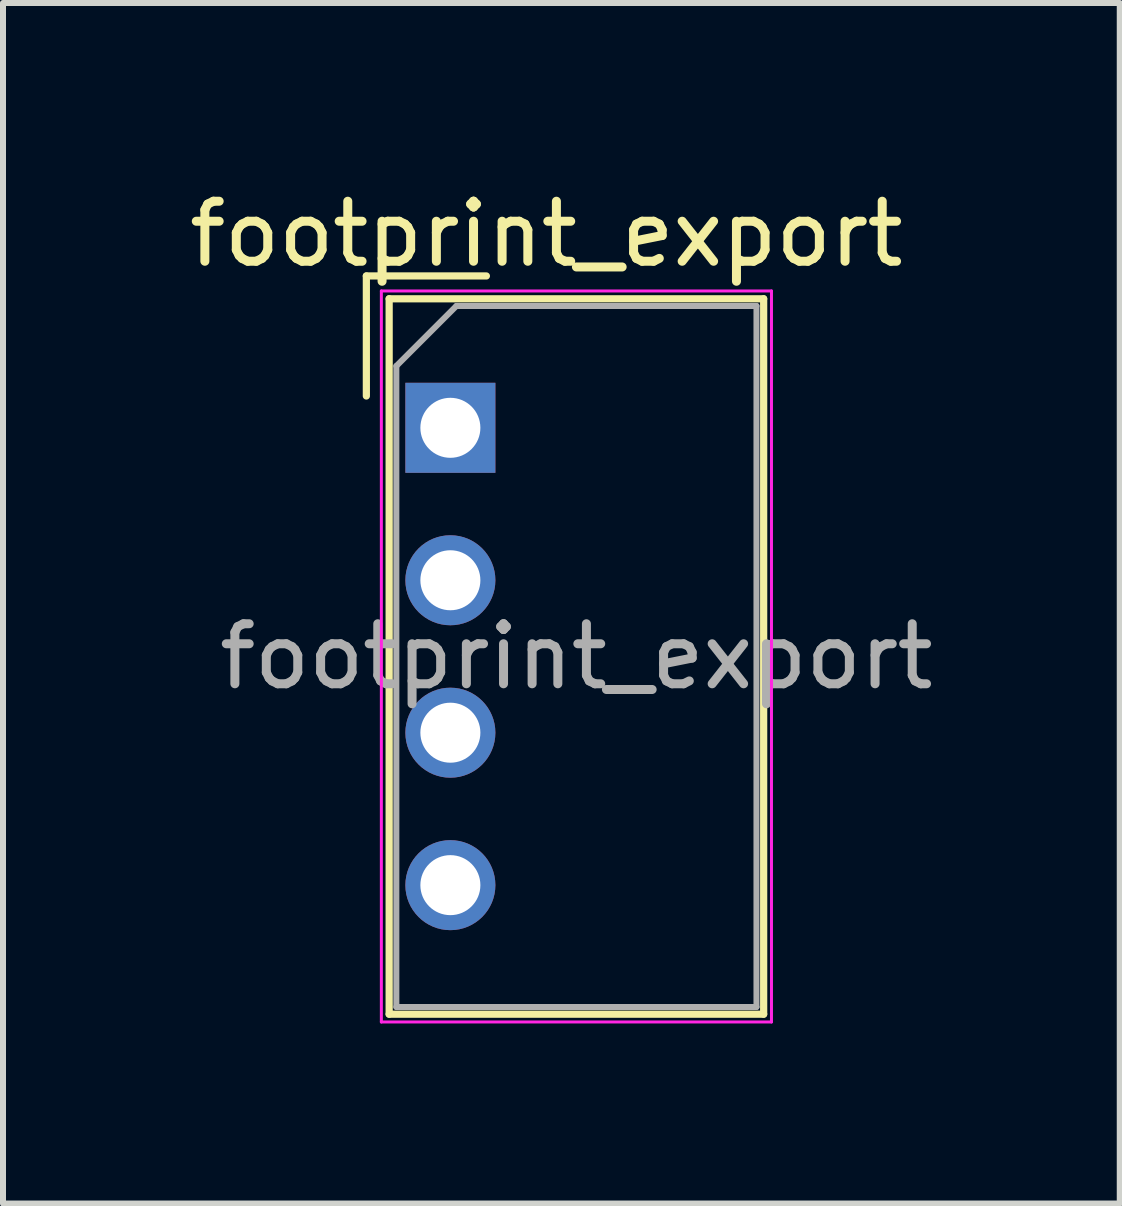
<source format=kicad_pcb>
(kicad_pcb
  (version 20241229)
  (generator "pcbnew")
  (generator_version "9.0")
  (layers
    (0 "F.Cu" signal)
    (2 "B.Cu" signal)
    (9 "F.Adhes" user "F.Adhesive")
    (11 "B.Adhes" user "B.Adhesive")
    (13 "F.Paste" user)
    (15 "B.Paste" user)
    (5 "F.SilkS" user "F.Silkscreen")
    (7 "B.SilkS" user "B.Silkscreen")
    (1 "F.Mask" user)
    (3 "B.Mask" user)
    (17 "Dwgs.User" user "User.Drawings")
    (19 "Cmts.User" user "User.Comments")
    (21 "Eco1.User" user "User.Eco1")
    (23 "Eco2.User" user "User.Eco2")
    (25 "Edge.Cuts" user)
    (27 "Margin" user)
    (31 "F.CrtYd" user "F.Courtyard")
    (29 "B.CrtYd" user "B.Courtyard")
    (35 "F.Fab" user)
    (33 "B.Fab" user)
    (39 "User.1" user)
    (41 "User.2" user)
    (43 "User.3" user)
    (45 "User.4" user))
  (footprint "footprint_export"
    (layer "F.Cu")
    (at 4.454 4.078)
    (property "Reference" "footprint_export" (at 1.6 -3.23 0) (layer "F.SilkS") (effects (font (size 1 1) (thickness 0.15))))
    (attr through_hole)
    (fp_line (start -1.4 -2.53) (end 0.6 -2.53) (stroke (width 0.12) (type solid)) (layer "F.SilkS"))
    (fp_line (start -1.4 -0.53) (end -1.4 -2.53) (stroke (width 0.12) (type solid)) (layer "F.SilkS"))
    (fp_line (start -1.02 -2.15) (end -1.02 9.77) (stroke (width 0.12) (type solid)) (layer "F.SilkS"))
    (fp_line (start -1.02 -2.15) (end 5.22 -2.15) (stroke (width 0.12) (type solid)) (layer "F.SilkS"))
    (fp_line (start -1.02 9.77) (end 5.22 9.77) (stroke (width 0.12) (type solid)) (layer "F.SilkS"))
    (fp_line (start 5.22 -2.15) (end 5.22 9.77) (stroke (width 0.12) (type solid)) (layer "F.SilkS"))
    (fp_line (start -1.15 -2.28) (end -1.15 9.9) (stroke (width 0.05) (type solid)) (layer "F.CrtYd"))
    (fp_line (start -1.15 -2.28) (end 5.35 -2.28) (stroke (width 0.05) (type solid)) (layer "F.CrtYd"))
    (fp_line (start -1.15 9.9) (end 5.35 9.9) (stroke (width 0.05) (type solid)) (layer "F.CrtYd"))
    (fp_line (start 5.35 -2.28) (end 5.35 9.9) (stroke (width 0.05) (type solid)) (layer "F.CrtYd"))
    (fp_line (start -0.9 -1.03) (end 0.1 -2.03) (stroke (width 0.1) (type solid)) (layer "F.Fab"))
    (fp_line (start -0.9 9.65) (end -0.9 -1.03) (stroke (width 0.1) (type solid)) (layer "F.Fab"))
    (fp_line (start 0.1 -2.03) (end 5.1 -2.03) (stroke (width 0.1) (type solid)) (layer "F.Fab"))
    (fp_line (start 5.1 -2.03) (end 5.1 9.65) (stroke (width 0.1) (type solid)) (layer "F.Fab"))
    (fp_line (start 5.1 9.65) (end -0.9 9.65) (stroke (width 0.1) (type solid)) (layer "F.Fab"))
    (fp_text user "${REFERENCE}" (at 2.1 3.81 0) (layer "F.Fab") (effects (font (size 1 1) (thickness 0.15))))
    (pad "1" thru_hole rect (at 0 0) (size 1.5 1.5) (drill 1) (layers "*.Cu" "*.Mask"))
    (pad "2" thru_hole circle (at 0 2.54) (size 1.5 1.5) (drill 1) (layers "*.Cu" "*.Mask"))
    (pad "3" thru_hole circle (at 0 5.08) (size 1.5 1.5) (drill 1) (layers "*.Cu" "*.Mask"))
    (pad "4" thru_hole circle (at 0 7.62) (size 1.5 1.5) (drill 1) (layers "*.Cu" "*.Mask")))
  (gr_rect
    (start -3 -3)
    (end 15.607 17.003)
    (stroke (width 0.1) (type default))
    (fill no)
    (layer "Edge.Cuts")))
</source>
